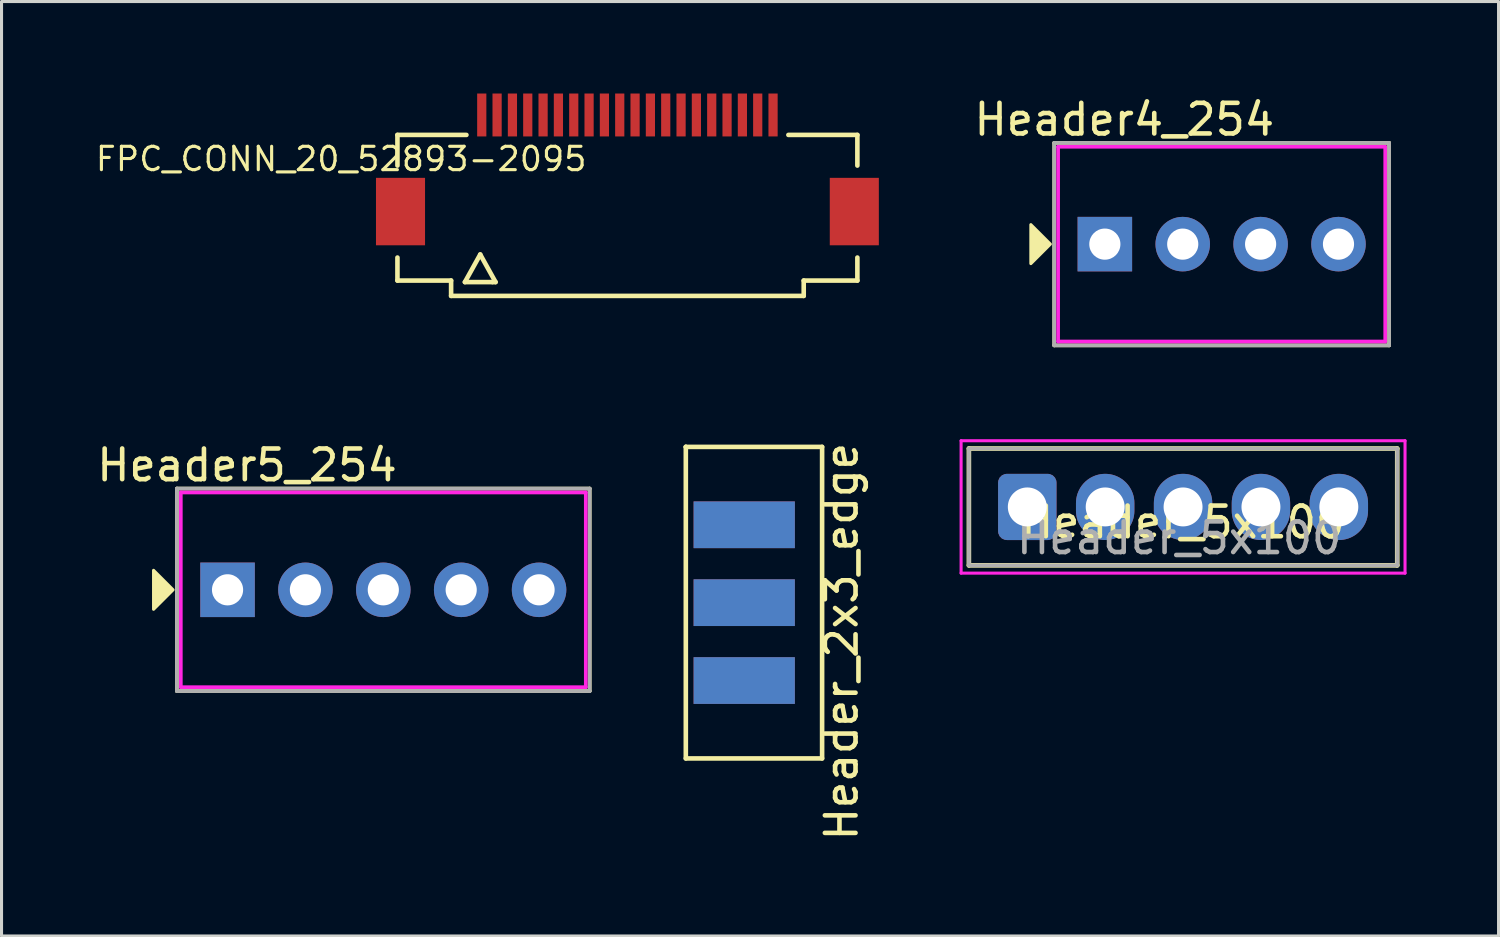
<source format=kicad_pcb>
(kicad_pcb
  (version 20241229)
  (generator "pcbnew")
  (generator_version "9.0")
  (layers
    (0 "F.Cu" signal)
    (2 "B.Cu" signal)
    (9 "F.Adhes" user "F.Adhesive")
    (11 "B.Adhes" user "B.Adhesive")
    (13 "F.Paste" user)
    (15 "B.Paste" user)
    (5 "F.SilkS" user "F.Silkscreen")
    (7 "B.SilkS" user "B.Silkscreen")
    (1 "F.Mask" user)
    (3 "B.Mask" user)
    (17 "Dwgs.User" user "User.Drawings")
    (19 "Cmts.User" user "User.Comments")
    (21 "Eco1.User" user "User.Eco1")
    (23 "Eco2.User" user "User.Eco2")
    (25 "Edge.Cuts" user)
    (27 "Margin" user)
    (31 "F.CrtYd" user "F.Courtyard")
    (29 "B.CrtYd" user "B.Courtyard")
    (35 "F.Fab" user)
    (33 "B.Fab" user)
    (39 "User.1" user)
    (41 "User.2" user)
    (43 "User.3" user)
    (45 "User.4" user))
  (footprint "FPC_CONN_20_52893-2095"
    (layer "F.Cu")
    (at 17.412 3.85)
    (property "Reference" "FPC_CONN_20_52893-2095" (at -9.335 -1.714 0) (layer "F.SilkS") (effects (font (size 0.762 0.762) (thickness 0.102))))
    (attr through_hole)
    (fp_line (start -7.5 -2.5) (end -7.5 -1.5) (stroke (width 0.15) (type solid)) (layer "F.SilkS"))
    (fp_line (start -7.5 1.5) (end -7.5 2.25) (stroke (width 0.15) (type solid)) (layer "F.SilkS"))
    (fp_line (start -7.5 2.25) (end -5.75 2.25) (stroke (width 0.15) (type solid)) (layer "F.SilkS"))
    (fp_line (start -5.75 2.25) (end -5.75 2.75) (stroke (width 0.15) (type solid)) (layer "F.SilkS"))
    (fp_line (start -5.75 2.75) (end 5.75 2.75) (stroke (width 0.15) (type solid)) (layer "F.SilkS"))
    (fp_line (start -5.3 2.3) (end -4.4 2.3) (stroke (width 0.15) (type solid)) (layer "F.SilkS"))
    (fp_line (start -5.25 -2.5) (end -7.5 -2.5) (stroke (width 0.15) (type solid)) (layer "F.SilkS"))
    (fp_line (start -4.8 1.4) (end -5.3 2.3) (stroke (width 0.15) (type solid)) (layer "F.SilkS"))
    (fp_line (start -4.4 2.3) (end -4.3 2.3) (stroke (width 0.15) (type solid)) (layer "F.SilkS"))
    (fp_line (start -4.3 2.3) (end -4.8 1.4) (stroke (width 0.15) (type solid)) (layer "F.SilkS"))
    (fp_line (start 5.25 -2.5) (end 7.5 -2.5) (stroke (width 0.15) (type solid)) (layer "F.SilkS"))
    (fp_line (start 5.75 2.25) (end 7.5 2.25) (stroke (width 0.15) (type solid)) (layer "F.SilkS"))
    (fp_line (start 5.75 2.75) (end 5.75 2.25) (stroke (width 0.15) (type solid)) (layer "F.SilkS"))
    (fp_line (start 7.5 -2.5) (end 7.5 -1.5) (stroke (width 0.15) (type solid)) (layer "F.SilkS"))
    (fp_line (start 7.5 2.25) (end 7.5 1.5) (stroke (width 0.15) (type solid)) (layer "F.SilkS"))
    (pad "1" smd rect (at -4.75 -3.15) (size 0.3 1.4) (layers "F.Cu" "F.Mask" "F.Paste"))
    (pad "2" smd rect (at -4.25 -3.15) (size 0.3 1.4) (layers "F.Cu" "F.Mask" "F.Paste"))
    (pad "3" smd rect (at -3.75 -3.15) (size 0.3 1.4) (layers "F.Cu" "F.Mask" "F.Paste"))
    (pad "4" smd rect (at -3.25 -3.15) (size 0.3 1.4) (layers "F.Cu" "F.Mask" "F.Paste"))
    (pad "5" smd rect (at -2.75 -3.15) (size 0.3 1.4) (layers "F.Cu" "F.Mask" "F.Paste"))
    (pad "6" smd rect (at -2.25 -3.15) (size 0.3 1.4) (layers "F.Cu" "F.Mask" "F.Paste"))
    (pad "7" smd rect (at -1.75 -3.15) (size 0.3 1.4) (layers "F.Cu" "F.Mask" "F.Paste"))
    (pad "8" smd rect (at -1.25 -3.15) (size 0.3 1.4) (layers "F.Cu" "F.Mask" "F.Paste"))
    (pad "9" smd rect (at -0.75 -3.15) (size 0.3 1.4) (layers "F.Cu" "F.Mask" "F.Paste"))
    (pad "10" smd rect (at -0.25 -3.15) (size 0.3 1.4) (layers "F.Cu" "F.Mask" "F.Paste"))
    (pad "11" smd rect (at 0.25 -3.15) (size 0.3 1.4) (layers "F.Cu" "F.Mask" "F.Paste"))
    (pad "12" smd rect (at 0.75 -3.15) (size 0.3 1.4) (layers "F.Cu" "F.Mask" "F.Paste"))
    (pad "13" smd rect (at 1.25 -3.15) (size 0.3 1.4) (layers "F.Cu" "F.Mask" "F.Paste"))
    (pad "14" smd rect (at 1.75 -3.15) (size 0.3 1.4) (layers "F.Cu" "F.Mask" "F.Paste"))
    (pad "15" smd rect (at 2.25 -3.15) (size 0.3 1.4) (layers "F.Cu" "F.Mask" "F.Paste"))
    (pad "16" smd rect (at 2.75 -3.15) (size 0.3 1.4) (layers "F.Cu" "F.Mask" "F.Paste"))
    (pad "17" smd rect (at 3.25 -3.15) (size 0.3 1.4) (layers "F.Cu" "F.Mask" "F.Paste"))
    (pad "18" smd rect (at 3.75 -3.15) (size 0.3 1.4) (layers "F.Cu" "F.Mask" "F.Paste"))
    (pad "19" smd rect (at 4.25 -3.15) (size 0.3 1.4) (layers "F.Cu" "F.Mask" "F.Paste"))
    (pad "20" smd rect (at 4.75 -3.15) (size 0.3 1.4) (layers "F.Cu" "F.Mask" "F.Paste"))
    (pad "21" smd rect (at -7.4 0) (size 1.6 2.2) (layers "F.Cu" "F.Mask" "F.Paste"))
    (pad "22" smd rect (at 7.4 0) (size 1.6 2.2) (layers "F.Cu" "F.Mask" "F.Paste")))
  (footprint "Header5_254"
    (layer "F.Cu")
    (at 4.371 16.186)
    (property "Reference" "Header5_254" (at 0.635 -4.064 0) (layer "F.SilkS") (effects (font (size 1 1) (thickness 0.15))))
    (attr through_hole)
    (fp_line (start -1.651 -3.302) (end 11.811 -3.302) (stroke (width 0.12) (type solid)) (layer "F.SilkS"))
    (fp_line (start -1.651 3.302) (end -1.651 -3.302) (stroke (width 0.12) (type solid)) (layer "F.SilkS"))
    (fp_line (start 11.811 -3.302) (end 11.811 3.302) (stroke (width 0.12) (type solid)) (layer "F.SilkS"))
    (fp_line (start 11.811 3.302) (end -1.651 3.302) (stroke (width 0.12) (type solid)) (layer "F.SilkS"))
    (fp_poly (pts (xy -1.778 0) (xy -2.413 0.635) (xy -2.413 -0.635)) (stroke (width 0.1) (type solid)) (fill yes) (layer "F.SilkS"))
    (fp_line (start -1.524 -3.175) (end 11.684 -3.175) (stroke (width 0.12) (type solid)) (layer "F.CrtYd"))
    (fp_line (start -1.524 3.175) (end -1.524 -3.175) (stroke (width 0.12) (type solid)) (layer "F.CrtYd"))
    (fp_line (start 11.684 -3.175) (end 11.684 3.175) (stroke (width 0.12) (type solid)) (layer "F.CrtYd"))
    (fp_line (start 11.684 3.175) (end -1.524 3.175) (stroke (width 0.12) (type solid)) (layer "F.CrtYd"))
    (fp_line (start -1.651 -3.302) (end 11.811 -3.302) (stroke (width 0.12) (type solid)) (layer "F.Fab"))
    (fp_line (start -1.651 3.302) (end -1.651 -3.302) (stroke (width 0.12) (type solid)) (layer "F.Fab"))
    (fp_line (start 11.811 -3.302) (end 11.811 3.302) (stroke (width 0.12) (type solid)) (layer "F.Fab"))
    (fp_line (start 11.811 3.302) (end -1.651 3.302) (stroke (width 0.12) (type solid)) (layer "F.Fab"))
    (pad "1" thru_hole rect (at 0 0) (size 1.778 1.778) (drill 1.016) (layers "*.Cu" "*.Mask"))
    (pad "2" thru_hole circle (at 2.54 0) (size 1.778 1.778) (drill 1.016) (layers "*.Cu" "*.Mask"))
    (pad "3" thru_hole circle (at 5.08 0) (size 1.778 1.778) (drill 1.016) (layers "*.Cu" "*.Mask"))
    (pad "4" thru_hole circle (at 7.62 0) (size 1.778 1.778) (drill 1.016) (layers "*.Cu" "*.Mask"))
    (pad "5" thru_hole circle (at 10.16 0) (size 1.778 1.778) (drill 1.016) (layers "*.Cu" "*.Mask")))
  (footprint "Header_5x100"
    (layer "F.Cu")
    (at 35.534 13.483)
    (property "Reference" "Header_5x100" (at 0 0.5 0) (layer "F.SilkS") (effects (font (size 1 1) (thickness 0.15))))
    (attr through_hole)
    (fp_line (start -6.985 -1.905) (end 6.985 -1.905) (stroke (width 0.15) (type solid)) (layer "F.SilkS"))
    (fp_line (start -6.985 1.905) (end -6.985 -1.905) (stroke (width 0.15) (type solid)) (layer "F.SilkS"))
    (fp_line (start 6.985 -1.905) (end 6.985 1.905) (stroke (width 0.15) (type solid)) (layer "F.SilkS"))
    (fp_line (start 6.985 1.905) (end -6.985 1.905) (stroke (width 0.15) (type solid)) (layer "F.SilkS"))
    (fp_line (start -7.239 -2.159) (end 7.239 -2.159) (stroke (width 0.1) (type solid)) (layer "F.CrtYd"))
    (fp_line (start -7.239 2.159) (end -7.239 -2.159) (stroke (width 0.1) (type solid)) (layer "F.CrtYd"))
    (fp_line (start 7.239 -2.159) (end 7.239 2.159) (stroke (width 0.1) (type solid)) (layer "F.CrtYd"))
    (fp_line (start 7.239 2.159) (end -7.239 2.159) (stroke (width 0.1) (type solid)) (layer "F.CrtYd"))
    (fp_line (start -6.985 -1.905) (end 6.985 -1.905) (stroke (width 0.12) (type solid)) (layer "F.Fab"))
    (fp_line (start -6.985 1.905) (end -6.985 -1.905) (stroke (width 0.12) (type solid)) (layer "F.Fab"))
    (fp_line (start 6.985 -1.905) (end 6.985 1.905) (stroke (width 0.12) (type solid)) (layer "F.Fab"))
    (fp_line (start 6.985 1.905) (end -6.985 1.905) (stroke (width 0.12) (type solid)) (layer "F.Fab"))
    (fp_text user "${REFERENCE}" (at -0.127 1.016 0) (layer "F.Fab") (effects (font (size 1 1) (thickness 0.15))))
    (pad "1" thru_hole roundrect (at -5.08 0) (size 1.905 2.159) (drill 1.27) (layers "*.Cu" "*.Mask") (roundrect_rratio 0.15))
    (pad "2" thru_hole oval (at -2.54 0) (size 1.905 2.159) (drill 1.27) (layers "*.Cu" "*.Mask"))
    (pad "3" thru_hole oval (at 0 0) (size 1.905 2.159) (drill 1.27) (layers "*.Cu" "*.Mask"))
    (pad "4" thru_hole oval (at 2.54 0) (size 1.905 2.159) (drill 1.27) (layers "*.Cu" "*.Mask"))
    (pad "5" thru_hole oval (at 5.08 0) (size 1.905 2.159) (drill 1.27) (layers "*.Cu" "*.Mask")))
  (footprint "Header_2x3_edge"
    (layer "F.Cu")
    (at 21.222 16.605)
    (property "Reference" "Header_2x3_edge" (at 3.175 1.27 90) (layer "F.SilkS") (effects (font (size 1 1) (thickness 0.15))))
    (attr through_hole)
    (fp_line (start -1.905 -5.08) (end -1.905 -5.08) (stroke (width 0.15) (type solid)) (layer "F.SilkS"))
    (fp_line (start -1.905 -5.08) (end 2.54 -5.08) (stroke (width 0.15) (type solid)) (layer "F.SilkS"))
    (fp_line (start -1.905 5.08) (end -1.905 -5.08) (stroke (width 0.15) (type solid)) (layer "F.SilkS"))
    (fp_line (start 2.54 -5.08) (end 2.54 5.08) (stroke (width 0.15) (type solid)) (layer "F.SilkS"))
    (fp_line (start 2.54 5.08) (end -1.905 5.08) (stroke (width 0.15) (type solid)) (layer "F.SilkS"))
    (pad "1" smd rect (at 0 -2.54) (size 3.302 1.524) (layers "B.Cu" "B.Mask" "B.Paste"))
    (pad "2" smd rect (at 0 -2.54) (size 3.302 1.524) (layers "F.Cu" "F.Mask" "F.Paste"))
    (pad "3" smd rect (at 0 0) (size 3.302 1.524) (layers "B.Cu" "B.Mask" "B.Paste"))
    (pad "4" smd rect (at 0 0) (size 3.302 1.524) (layers "F.Cu" "F.Mask" "F.Paste"))
    (pad "5" smd rect (at 0 2.54) (size 3.302 1.524) (layers "B.Cu" "B.Mask" "B.Paste"))
    (pad "6" smd rect (at 0 2.54) (size 3.302 1.524) (layers "F.Cu" "F.Mask" "F.Paste")))
  (footprint "Header4_254"
    (layer "F.Cu")
    (at 32.983 4.912)
    (property "Reference" "Header4_254" (at 0.635 -4.064 0) (layer "F.SilkS") (effects (font (size 1 1) (thickness 0.15))))
    (attr through_hole)
    (fp_line (start -1.651 -3.302) (end 9.271 -3.302) (stroke (width 0.12) (type solid)) (layer "F.SilkS"))
    (fp_line (start -1.651 3.302) (end -1.651 -3.302) (stroke (width 0.12) (type solid)) (layer "F.SilkS"))
    (fp_line (start 9.271 -3.302) (end 9.271 3.302) (stroke (width 0.12) (type solid)) (layer "F.SilkS"))
    (fp_line (start 9.271 3.302) (end -1.651 3.302) (stroke (width 0.12) (type solid)) (layer "F.SilkS"))
    (fp_poly (pts (xy -1.778 0) (xy -2.413 0.635) (xy -2.413 -0.635)) (stroke (width 0.1) (type solid)) (fill yes) (layer "F.SilkS"))
    (fp_line (start -1.524 -3.175) (end 9.144 -3.175) (stroke (width 0.12) (type solid)) (layer "F.CrtYd"))
    (fp_line (start -1.524 3.175) (end -1.524 -3.175) (stroke (width 0.12) (type solid)) (layer "F.CrtYd"))
    (fp_line (start 9.144 -3.175) (end 9.144 3.175) (stroke (width 0.12) (type solid)) (layer "F.CrtYd"))
    (fp_line (start 9.144 3.175) (end -1.524 3.175) (stroke (width 0.12) (type solid)) (layer "F.CrtYd"))
    (fp_line (start -1.651 -3.302) (end 9.271 -3.302) (stroke (width 0.12) (type solid)) (layer "F.Fab"))
    (fp_line (start -1.651 3.302) (end -1.651 -3.302) (stroke (width 0.12) (type solid)) (layer "F.Fab"))
    (fp_line (start 9.271 -3.302) (end 9.271 3.302) (stroke (width 0.12) (type solid)) (layer "F.Fab"))
    (fp_line (start 9.271 3.302) (end -1.651 3.302) (stroke (width 0.12) (type solid)) (layer "F.Fab"))
    (pad "1" thru_hole rect (at 0 0) (size 1.778 1.778) (drill 1.016) (layers "*.Cu" "*.Mask"))
    (pad "2" thru_hole circle (at 2.54 0) (size 1.778 1.778) (drill 1.016) (layers "*.Cu" "*.Mask"))
    (pad "3" thru_hole circle (at 5.08 0) (size 1.778 1.778) (drill 1.016) (layers "*.Cu" "*.Mask"))
    (pad "4" thru_hole circle (at 7.62 0) (size 1.778 1.778) (drill 1.016) (layers "*.Cu" "*.Mask")))
  (gr_rect
    (start -3 -3)
    (end 45.823 27.477)
    (stroke (width 0.1) (type default))
    (fill no)
    (layer "Edge.Cuts")))
</source>
